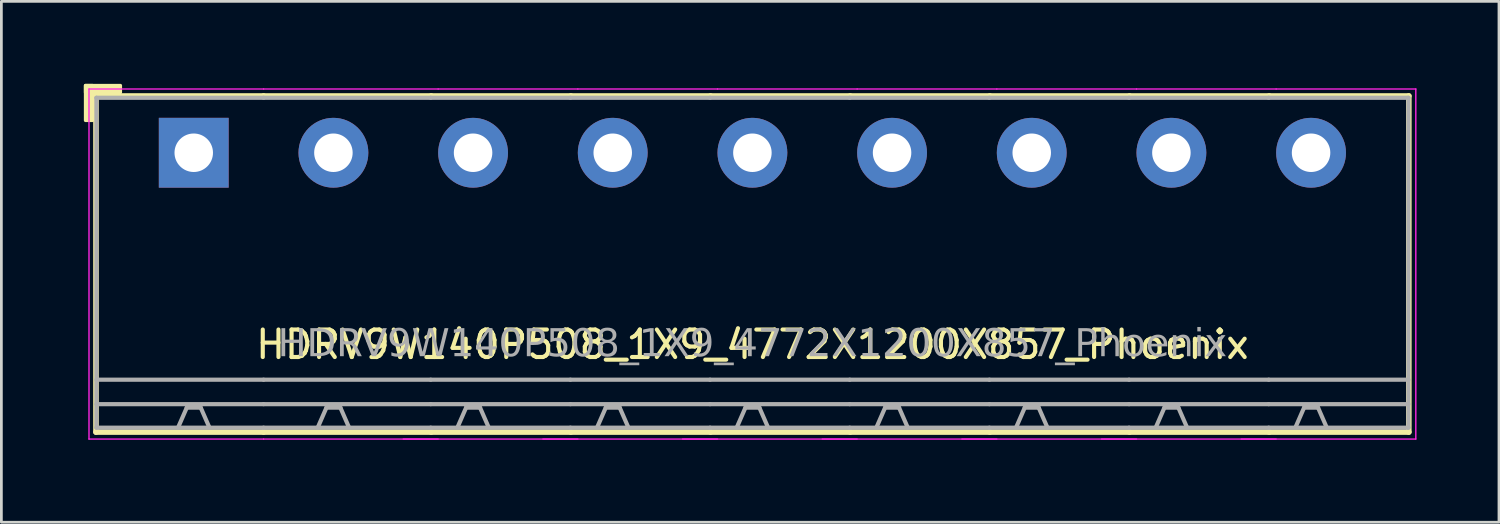
<source format=kicad_pcb>
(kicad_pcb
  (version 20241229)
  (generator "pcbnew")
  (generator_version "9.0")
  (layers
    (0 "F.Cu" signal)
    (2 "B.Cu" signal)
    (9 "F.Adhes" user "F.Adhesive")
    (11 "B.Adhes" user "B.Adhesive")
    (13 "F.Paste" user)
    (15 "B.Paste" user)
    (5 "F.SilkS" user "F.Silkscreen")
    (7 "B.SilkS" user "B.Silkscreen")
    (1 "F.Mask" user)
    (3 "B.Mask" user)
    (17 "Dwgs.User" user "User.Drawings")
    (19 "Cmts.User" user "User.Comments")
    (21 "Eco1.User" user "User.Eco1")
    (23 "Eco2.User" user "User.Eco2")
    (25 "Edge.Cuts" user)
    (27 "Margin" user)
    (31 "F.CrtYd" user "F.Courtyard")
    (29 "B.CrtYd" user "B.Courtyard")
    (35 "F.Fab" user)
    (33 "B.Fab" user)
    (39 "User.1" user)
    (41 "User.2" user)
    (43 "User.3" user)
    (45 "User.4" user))
  (footprint "HDRV9W140P508_1X9_4772X1200X857_Phoenix"
    (layer "F.Cu")
    (at 24.317 2.506)
    (property "Reference" "HDRV9W140P508_1X9_4772X1200X857_Phoenix" (at 0 6.975 0) (layer "F.SilkS") (effects (font (size 1 1) (thickness 0.15))))
    (attr through_hole)
    (fp_line (start -23.876 -2.065) (end -23.876 10.16) (stroke (width 0.203) (type solid)) (layer "F.SilkS"))
    (fp_line (start -23.876 10.16) (end -17.78 10.16) (stroke (width 0.203) (type solid)) (layer "F.SilkS"))
    (fp_line (start -17.78 -2.065) (end -23.876 -2.065) (stroke (width 0.203) (type solid)) (layer "F.SilkS"))
    (fp_line (start -17.78 -2.065) (end -11.684 -2.065) (stroke (width 0.203) (type solid)) (layer "F.SilkS"))
    (fp_line (start -11.684 -2.065) (end -6.604 -2.065) (stroke (width 0.203) (type solid)) (layer "F.SilkS"))
    (fp_line (start -11.684 10.16) (end -17.78 10.16) (stroke (width 0.203) (type solid)) (layer "F.SilkS"))
    (fp_line (start -6.604 -2.065) (end -1.524 -2.065) (stroke (width 0.203) (type solid)) (layer "F.SilkS"))
    (fp_line (start -6.604 10.16) (end -11.684 10.16) (stroke (width 0.203) (type solid)) (layer "F.SilkS"))
    (fp_line (start -1.524 -2.065) (end 3.556 -2.065) (stroke (width 0.203) (type solid)) (layer "F.SilkS"))
    (fp_line (start -1.524 10.16) (end -6.604 10.16) (stroke (width 0.203) (type solid)) (layer "F.SilkS"))
    (fp_line (start 3.556 -2.065) (end 8.636 -2.065) (stroke (width 0.203) (type solid)) (layer "F.SilkS"))
    (fp_line (start 3.556 10.16) (end -1.524 10.16) (stroke (width 0.203) (type solid)) (layer "F.SilkS"))
    (fp_line (start 8.636 -2.065) (end 13.716 -2.065) (stroke (width 0.203) (type solid)) (layer "F.SilkS"))
    (fp_line (start 8.636 10.16) (end 3.556 10.16) (stroke (width 0.203) (type solid)) (layer "F.SilkS"))
    (fp_line (start 13.716 -2.065) (end 18.796 -2.065) (stroke (width 0.203) (type solid)) (layer "F.SilkS"))
    (fp_line (start 13.716 10.16) (end 8.636 10.16) (stroke (width 0.203) (type solid)) (layer "F.SilkS"))
    (fp_line (start 18.796 -2.065) (end 23.876 -2.065) (stroke (width 0.203) (type solid)) (layer "F.SilkS"))
    (fp_line (start 18.796 10.16) (end 13.716 10.16) (stroke (width 0.203) (type solid)) (layer "F.SilkS"))
    (fp_line (start 23.876 -2.065) (end 23.876 10.16) (stroke (width 0.203) (type solid)) (layer "F.SilkS"))
    (fp_line (start 23.876 10.16) (end 18.796 10.16) (stroke (width 0.203) (type solid)) (layer "F.SilkS"))
    (fp_rect (start -24.257 -2.446) (end -24.003 -1.176) (stroke (width 0.12) (type solid)) (fill yes) (layer "F.SilkS"))
    (fp_rect (start -24.257 -2.446) (end -22.987 -2.192) (stroke (width 0.12) (type solid)) (fill yes) (layer "F.SilkS"))
    (fp_line (start -24.13 10.414) (end -24.13 -2.319) (stroke (width 0.05) (type solid)) (layer "F.CrtYd"))
    (fp_line (start -17.78 -2.319) (end -24.13 -2.319) (stroke (width 0.05) (type solid)) (layer "F.CrtYd"))
    (fp_line (start -17.78 -2.319) (end -11.43 -2.319) (stroke (width 0.05) (type solid)) (layer "F.CrtYd"))
    (fp_line (start -17.78 10.414) (end -24.13 10.414) (stroke (width 0.05) (type solid)) (layer "F.CrtYd"))
    (fp_line (start -17.78 10.414) (end -11.43 10.414) (stroke (width 0.05) (type solid)) (layer "F.CrtYd"))
    (fp_line (start -12.7 10.414) (end -6.35 10.414) (stroke (width 0.05) (type solid)) (layer "F.CrtYd"))
    (fp_line (start -11.43 -2.319) (end -6.35 -2.319) (stroke (width 0.05) (type solid)) (layer "F.CrtYd"))
    (fp_line (start -7.62 10.414) (end -1.27 10.414) (stroke (width 0.05) (type solid)) (layer "F.CrtYd"))
    (fp_line (start -6.35 -2.319) (end -1.27 -2.319) (stroke (width 0.05) (type solid)) (layer "F.CrtYd"))
    (fp_line (start -2.54 10.414) (end 3.81 10.414) (stroke (width 0.05) (type solid)) (layer "F.CrtYd"))
    (fp_line (start -1.27 -2.319) (end 3.81 -2.319) (stroke (width 0.05) (type solid)) (layer "F.CrtYd"))
    (fp_line (start 2.54 10.414) (end 8.89 10.414) (stroke (width 0.05) (type solid)) (layer "F.CrtYd"))
    (fp_line (start 3.81 -2.319) (end 8.89 -2.319) (stroke (width 0.05) (type solid)) (layer "F.CrtYd"))
    (fp_line (start 7.62 10.414) (end 13.97 10.414) (stroke (width 0.05) (type solid)) (layer "F.CrtYd"))
    (fp_line (start 8.89 -2.319) (end 13.97 -2.319) (stroke (width 0.05) (type solid)) (layer "F.CrtYd"))
    (fp_line (start 12.7 10.414) (end 19.05 10.414) (stroke (width 0.05) (type solid)) (layer "F.CrtYd"))
    (fp_line (start 13.97 -2.319) (end 19.05 -2.319) (stroke (width 0.05) (type solid)) (layer "F.CrtYd"))
    (fp_line (start 17.78 10.414) (end 24.13 10.414) (stroke (width 0.05) (type solid)) (layer "F.CrtYd"))
    (fp_line (start 19.05 -2.319) (end 24.13 -2.319) (stroke (width 0.05) (type solid)) (layer "F.CrtYd"))
    (fp_line (start 24.13 10.414) (end 24.13 -2.319) (stroke (width 0.05) (type solid)) (layer "F.CrtYd"))
    (fp_line (start -23.86 -2) (end -23.86 10) (stroke (width 0.152) (type solid)) (layer "F.Fab"))
    (fp_line (start -20.574 9.271) (end -20.892 10) (stroke (width 0.152) (type default)) (layer "F.Fab"))
    (fp_line (start -20.066 9.271) (end -20.574 9.271) (stroke (width 0.152) (type default)) (layer "F.Fab"))
    (fp_line (start -20.066 9.271) (end -19.748 10) (stroke (width 0.152) (type default)) (layer "F.Fab"))
    (fp_line (start -17.78 -2) (end -23.86 -2) (stroke (width 0.152) (type solid)) (layer "F.Fab"))
    (fp_line (start -17.78 -2) (end -11.7 -2) (stroke (width 0.152) (type solid)) (layer "F.Fab"))
    (fp_line (start -17.78 8.255) (end -23.86 8.255) (stroke (width 0.152) (type solid)) (layer "F.Fab"))
    (fp_line (start -17.78 8.255) (end -11.7 8.255) (stroke (width 0.152) (type solid)) (layer "F.Fab"))
    (fp_line (start -17.78 9.144) (end -23.86 9.144) (stroke (width 0.152) (type solid)) (layer "F.Fab"))
    (fp_line (start -17.78 9.144) (end -11.7 9.144) (stroke (width 0.152) (type solid)) (layer "F.Fab"))
    (fp_line (start -17.78 10) (end -23.86 10) (stroke (width 0.152) (type solid)) (layer "F.Fab"))
    (fp_line (start -17.78 10) (end -11.7 10) (stroke (width 0.152) (type solid)) (layer "F.Fab"))
    (fp_line (start -15.494 9.271) (end -15.812 10) (stroke (width 0.152) (type default)) (layer "F.Fab"))
    (fp_line (start -14.986 9.271) (end -15.494 9.271) (stroke (width 0.152) (type default)) (layer "F.Fab"))
    (fp_line (start -14.986 9.271) (end -14.668 10) (stroke (width 0.152) (type default)) (layer "F.Fab"))
    (fp_line (start -11.7 -2) (end -6.62 -2) (stroke (width 0.152) (type solid)) (layer "F.Fab"))
    (fp_line (start -11.7 8.255) (end -6.62 8.255) (stroke (width 0.152) (type solid)) (layer "F.Fab"))
    (fp_line (start -11.7 9.144) (end -6.62 9.144) (stroke (width 0.152) (type solid)) (layer "F.Fab"))
    (fp_line (start -11.7 10) (end -6.62 10) (stroke (width 0.152) (type solid)) (layer "F.Fab"))
    (fp_line (start -10.414 9.271) (end -10.732 10) (stroke (width 0.152) (type default)) (layer "F.Fab"))
    (fp_line (start -9.906 9.271) (end -10.414 9.271) (stroke (width 0.152) (type default)) (layer "F.Fab"))
    (fp_line (start -9.906 9.271) (end -9.588 10) (stroke (width 0.152) (type default)) (layer "F.Fab"))
    (fp_line (start -6.62 -2) (end -1.54 -2) (stroke (width 0.152) (type solid)) (layer "F.Fab"))
    (fp_line (start -6.62 8.255) (end -1.54 8.255) (stroke (width 0.152) (type solid)) (layer "F.Fab"))
    (fp_line (start -6.62 9.144) (end -1.54 9.144) (stroke (width 0.152) (type solid)) (layer "F.Fab"))
    (fp_line (start -6.62 10) (end -1.54 10) (stroke (width 0.152) (type solid)) (layer "F.Fab"))
    (fp_line (start -5.334 9.271) (end -5.652 10) (stroke (width 0.152) (type default)) (layer "F.Fab"))
    (fp_line (start -4.826 9.271) (end -5.334 9.271) (stroke (width 0.152) (type default)) (layer "F.Fab"))
    (fp_line (start -4.826 9.271) (end -4.508 10) (stroke (width 0.152) (type default)) (layer "F.Fab"))
    (fp_line (start -1.54 -2) (end 3.54 -2) (stroke (width 0.152) (type solid)) (layer "F.Fab"))
    (fp_line (start -1.54 8.255) (end 3.54 8.255) (stroke (width 0.152) (type solid)) (layer "F.Fab"))
    (fp_line (start -1.54 9.144) (end 3.54 9.144) (stroke (width 0.152) (type solid)) (layer "F.Fab"))
    (fp_line (start -1.54 10) (end 3.54 10) (stroke (width 0.152) (type solid)) (layer "F.Fab"))
    (fp_line (start -0.254 9.271) (end -0.572 10) (stroke (width 0.152) (type default)) (layer "F.Fab"))
    (fp_line (start 0.254 9.271) (end -0.254 9.271) (stroke (width 0.152) (type default)) (layer "F.Fab"))
    (fp_line (start 0.254 9.271) (end 0.572 10) (stroke (width 0.152) (type default)) (layer "F.Fab"))
    (fp_line (start 3.54 -2) (end 8.62 -2) (stroke (width 0.152) (type solid)) (layer "F.Fab"))
    (fp_line (start 3.54 8.255) (end 8.62 8.255) (stroke (width 0.152) (type solid)) (layer "F.Fab"))
    (fp_line (start 3.54 9.144) (end 8.62 9.144) (stroke (width 0.152) (type solid)) (layer "F.Fab"))
    (fp_line (start 3.54 10) (end 8.62 10) (stroke (width 0.152) (type solid)) (layer "F.Fab"))
    (fp_line (start 4.826 9.271) (end 4.508 10) (stroke (width 0.152) (type default)) (layer "F.Fab"))
    (fp_line (start 5.334 9.271) (end 4.826 9.271) (stroke (width 0.152) (type default)) (layer "F.Fab"))
    (fp_line (start 5.334 9.271) (end 5.652 10) (stroke (width 0.152) (type default)) (layer "F.Fab"))
    (fp_line (start 8.62 -2) (end 13.7 -2) (stroke (width 0.152) (type solid)) (layer "F.Fab"))
    (fp_line (start 8.62 8.255) (end 13.7 8.255) (stroke (width 0.152) (type solid)) (layer "F.Fab"))
    (fp_line (start 8.62 9.144) (end 13.7 9.144) (stroke (width 0.152) (type solid)) (layer "F.Fab"))
    (fp_line (start 8.62 10) (end 13.7 10) (stroke (width 0.152) (type solid)) (layer "F.Fab"))
    (fp_line (start 9.906 9.271) (end 9.588 10) (stroke (width 0.152) (type default)) (layer "F.Fab"))
    (fp_line (start 10.414 9.271) (end 9.906 9.271) (stroke (width 0.152) (type default)) (layer "F.Fab"))
    (fp_line (start 10.414 9.271) (end 10.732 10) (stroke (width 0.152) (type default)) (layer "F.Fab"))
    (fp_line (start 13.7 -2) (end 18.78 -2) (stroke (width 0.152) (type solid)) (layer "F.Fab"))
    (fp_line (start 13.7 8.255) (end 18.78 8.255) (stroke (width 0.152) (type solid)) (layer "F.Fab"))
    (fp_line (start 13.7 9.144) (end 18.78 9.144) (stroke (width 0.152) (type solid)) (layer "F.Fab"))
    (fp_line (start 13.7 10) (end 18.78 10) (stroke (width 0.152) (type solid)) (layer "F.Fab"))
    (fp_line (start 14.986 9.271) (end 14.668 10) (stroke (width 0.152) (type default)) (layer "F.Fab"))
    (fp_line (start 15.494 9.271) (end 14.986 9.271) (stroke (width 0.152) (type default)) (layer "F.Fab"))
    (fp_line (start 15.494 9.271) (end 15.812 10) (stroke (width 0.152) (type default)) (layer "F.Fab"))
    (fp_line (start 18.78 -2) (end 23.86 -2) (stroke (width 0.152) (type solid)) (layer "F.Fab"))
    (fp_line (start 18.78 8.255) (end 23.86 8.255) (stroke (width 0.152) (type solid)) (layer "F.Fab"))
    (fp_line (start 18.78 9.144) (end 23.86 9.144) (stroke (width 0.152) (type solid)) (layer "F.Fab"))
    (fp_line (start 18.78 10) (end 23.86 10) (stroke (width 0.152) (type solid)) (layer "F.Fab"))
    (fp_line (start 20.066 9.271) (end 19.748 10) (stroke (width 0.152) (type default)) (layer "F.Fab"))
    (fp_line (start 20.574 9.271) (end 20.066 9.271) (stroke (width 0.152) (type default)) (layer "F.Fab"))
    (fp_line (start 20.574 9.271) (end 20.892 10) (stroke (width 0.152) (type default)) (layer "F.Fab"))
    (fp_line (start 23.86 -2) (end 23.86 10) (stroke (width 0.152) (type solid)) (layer "F.Fab"))
    (fp_rect (start -20.574 -0.254) (end -20.066 0.254) (stroke (width 0.152) (type solid)) (fill no) (layer "F.Fab"))
    (fp_rect (start -14.986 -0.254) (end -15.494 0.254) (stroke (width 0.152) (type solid)) (fill no) (layer "F.Fab"))
    (fp_rect (start -9.906 -0.254) (end -10.414 0.254) (stroke (width 0.152) (type solid)) (fill no) (layer "F.Fab"))
    (fp_rect (start -4.826 -0.254) (end -5.334 0.254) (stroke (width 0.152) (type solid)) (fill no) (layer "F.Fab"))
    (fp_rect (start 0.254 -0.254) (end -0.254 0.254) (stroke (width 0.152) (type solid)) (fill no) (layer "F.Fab"))
    (fp_rect (start 5.334 -0.254) (end 4.826 0.254) (stroke (width 0.152) (type solid)) (fill no) (layer "F.Fab"))
    (fp_rect (start 10.414 -0.254) (end 9.906 0.254) (stroke (width 0.152) (type solid)) (fill no) (layer "F.Fab"))
    (fp_rect (start 15.494 -0.254) (end 14.986 0.254) (stroke (width 0.152) (type solid)) (fill no) (layer "F.Fab"))
    (fp_rect (start 20.574 -0.254) (end 20.066 0.254) (stroke (width 0.152) (type solid)) (fill no) (layer "F.Fab"))
    (fp_text user "${REFERENCE}" (at 0 6.985 0) (layer "F.Fab") (effects (font (face "Tahoma") (size 1 1) (thickness 0.15))))
    (pad "1" thru_hole rect (at -20.32 0) (size 2.54 2.54) (drill 1.4) (layers "*.Cu" "*.Mask"))
    (pad "2" thru_hole circle (at -15.24 0) (size 2.54 2.54) (drill 1.4) (layers "*.Cu" "*.Mask"))
    (pad "3" thru_hole circle (at -10.16 0) (size 2.54 2.54) (drill 1.4) (layers "*.Cu" "*.Mask"))
    (pad "4" thru_hole circle (at -5.08 0) (size 2.54 2.54) (drill 1.4) (layers "*.Cu" "*.Mask"))
    (pad "5" thru_hole circle (at 0 0) (size 2.54 2.54) (drill 1.4) (layers "*.Cu" "*.Mask"))
    (pad "6" thru_hole circle (at 5.08 0) (size 2.54 2.54) (drill 1.4) (layers "*.Cu" "*.Mask"))
    (pad "7" thru_hole circle (at 10.16 0) (size 2.54 2.54) (drill 1.4) (layers "*.Cu" "*.Mask"))
    (pad "8" thru_hole circle (at 15.24 0) (size 2.54 2.54) (drill 1.4) (layers "*.Cu" "*.Mask"))
    (pad "9" thru_hole circle (at 20.32 0) (size 2.54 2.54) (drill 1.4) (layers "*.Cu" "*.Mask")))
  (gr_rect
    (start -3 -3)
    (end 51.472 15.945)
    (stroke (width 0.1) (type default))
    (fill no)
    (layer "Edge.Cuts")))
</source>
